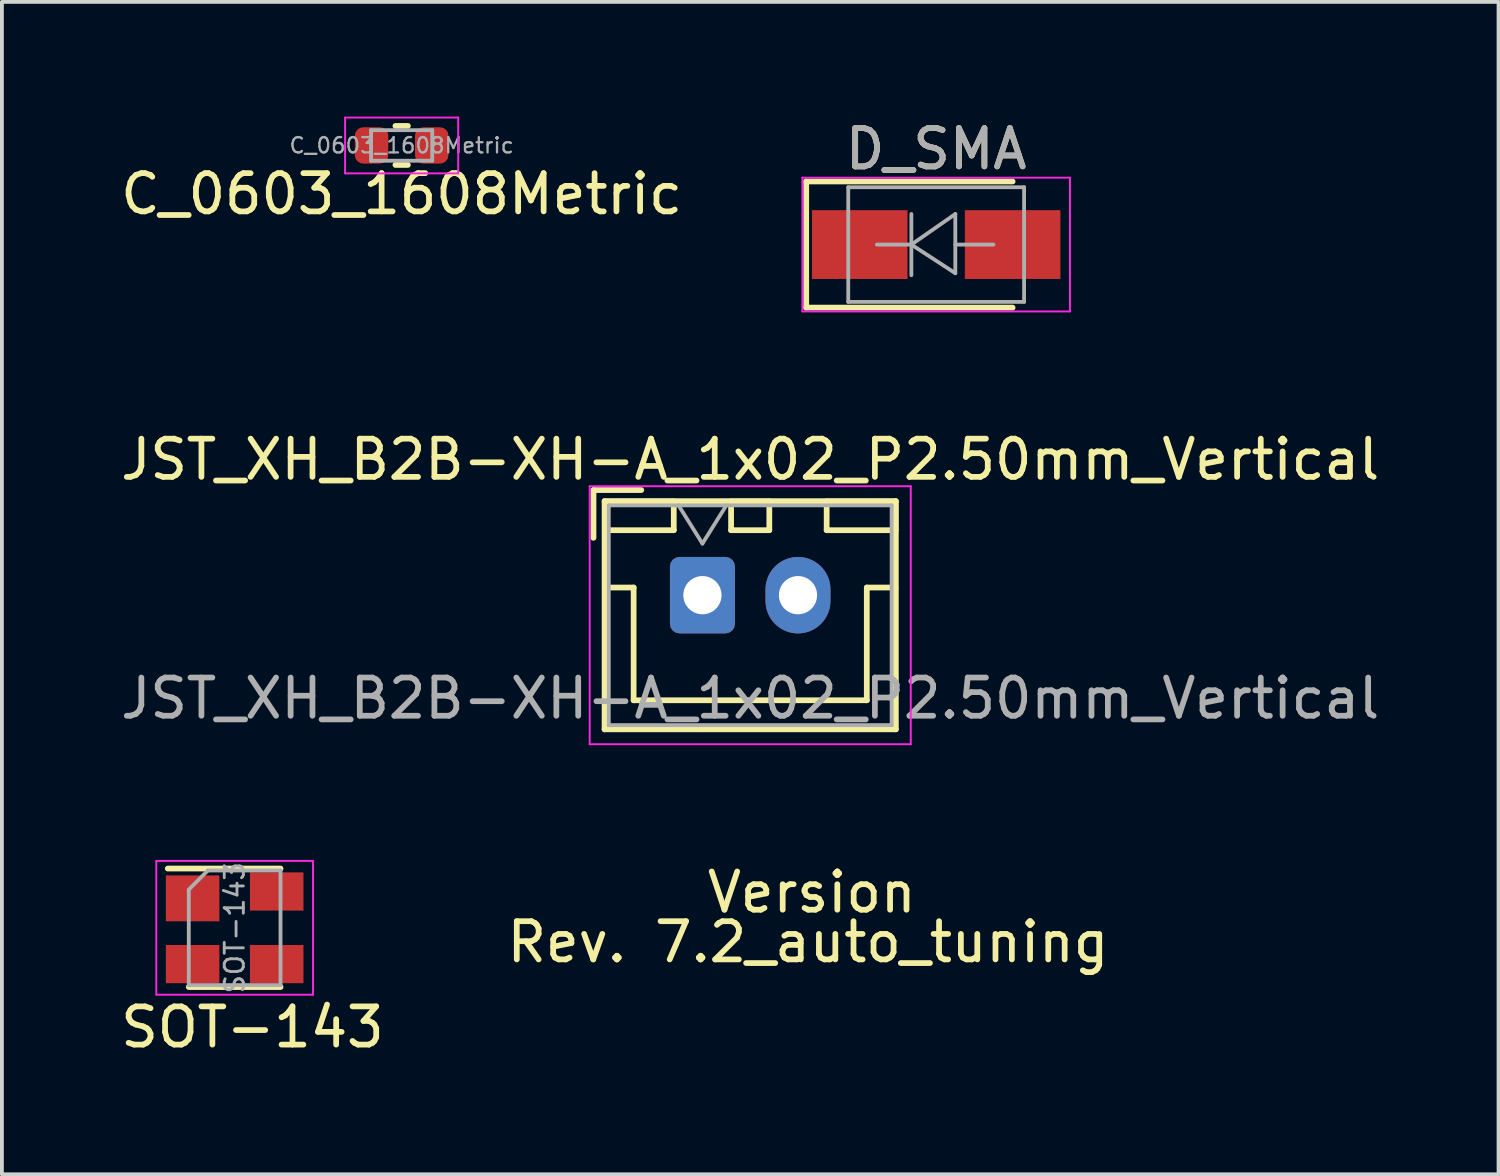
<source format=kicad_pcb>
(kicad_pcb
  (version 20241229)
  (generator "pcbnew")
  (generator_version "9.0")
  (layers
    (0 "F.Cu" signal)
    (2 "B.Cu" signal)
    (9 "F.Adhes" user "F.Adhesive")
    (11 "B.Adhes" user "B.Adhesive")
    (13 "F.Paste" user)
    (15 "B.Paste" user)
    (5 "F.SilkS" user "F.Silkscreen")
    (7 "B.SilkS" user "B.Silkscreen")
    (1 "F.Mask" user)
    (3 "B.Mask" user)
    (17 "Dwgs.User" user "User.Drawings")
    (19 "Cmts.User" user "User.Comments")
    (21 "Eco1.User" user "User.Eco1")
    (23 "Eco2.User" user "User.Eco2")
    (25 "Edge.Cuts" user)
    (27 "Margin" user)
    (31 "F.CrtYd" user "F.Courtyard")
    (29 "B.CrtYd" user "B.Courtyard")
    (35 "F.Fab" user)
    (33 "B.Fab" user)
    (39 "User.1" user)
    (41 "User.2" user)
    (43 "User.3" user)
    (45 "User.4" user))
  (footprint "SOT-143"
    (layer "F.Cu")
    (at 3.089 21.223)
    (property "Reference" "SOT-143" (at 0.465 2.601 180) (layer "F.SilkS") (effects (font (size 1 1) (thickness 0.15))))
    (attr smd)
    (fp_line (start -1.2 1.55) (end 1.2 1.55) (stroke (width 0.15) (type solid)) (layer "F.SilkS"))
    (fp_line (start 1.2 -1.55) (end -1.75 -1.55) (stroke (width 0.15) (type solid)) (layer "F.SilkS"))
    (fp_line (start -2.05 1.75) (end -2.05 -1.75) (stroke (width 0.05) (type solid)) (layer "F.CrtYd"))
    (fp_line (start -2.05 1.75) (end 2.05 1.75) (stroke (width 0.05) (type solid)) (layer "F.CrtYd"))
    (fp_line (start 2.05 -1.75) (end -2.05 -1.75) (stroke (width 0.05) (type solid)) (layer "F.CrtYd"))
    (fp_line (start 2.05 -1.75) (end 2.05 1.75) (stroke (width 0.05) (type solid)) (layer "F.CrtYd"))
    (fp_line (start -1.2 -1) (end -0.7 -1.5) (stroke (width 0.1) (type solid)) (layer "F.Fab"))
    (fp_line (start -1.2 1.5) (end -1.2 -1) (stroke (width 0.1) (type solid)) (layer "F.Fab"))
    (fp_line (start -0.7 -1.5) (end 1.2 -1.5) (stroke (width 0.1) (type solid)) (layer "F.Fab"))
    (fp_line (start 1.2 -1.5) (end 1.2 1.5) (stroke (width 0.1) (type solid)) (layer "F.Fab"))
    (fp_line (start 1.2 1.5) (end -1.2 1.5) (stroke (width 0.1) (type solid)) (layer "F.Fab"))
    (fp_text user "${REFERENCE}" (at 0 0 270) (layer "F.Fab") (effects (font (size 0.5 0.5) (thickness 0.075))))
    (pad "1" smd rect (at -1.1 -0.77 270) (size 1.2 1.4) (layers "F.Cu" "F.Mask" "F.Paste"))
    (pad "2" smd rect (at -1.1 0.95 270) (size 1 1.4) (layers "F.Cu" "F.Mask" "F.Paste"))
    (pad "3" smd rect (at 1.1 0.95 270) (size 1 1.4) (layers "F.Cu" "F.Mask" "F.Paste"))
    (pad "4" smd rect (at 1.1 -0.95 270) (size 1 1.4) (layers "F.Cu" "F.Mask" "F.Paste")))
  (footprint "Version"
    (layer "F.Cu")
    (at 18.189 19.795)
    (property "Reference" "Version" (at 0 0.5 0) (layer "F.SilkS") (effects (font (size 1 1) (thickness 0.15))))
    (attr through_hole)
    (fp_text user "Rev. 7.2_auto_tuning" (at -0.1 1.8 0) (layer "F.SilkS") (effects (font (size 1 1) (thickness 0.15)))))
  (footprint "C_0603_1608Metric"
    (layer "F.Cu")
    (at 7.458 0.755)
    (property "Reference" "C_0603_1608Metric" (at 0 1.27 0) (layer "F.SilkS") (effects (font (size 1 1) (thickness 0.15))))
    (attr smd)
    (fp_line (start -0.163 -0.51) (end 0.163 -0.51) (stroke (width 0.15) (type solid)) (layer "F.SilkS"))
    (fp_line (start -0.163 0.51) (end 0.163 0.51) (stroke (width 0.15) (type solid)) (layer "F.SilkS"))
    (fp_line (start -1.48 -0.73) (end 1.48 -0.73) (stroke (width 0.05) (type solid)) (layer "F.CrtYd"))
    (fp_line (start -1.48 0.73) (end -1.48 -0.73) (stroke (width 0.05) (type solid)) (layer "F.CrtYd"))
    (fp_line (start 1.48 -0.73) (end 1.48 0.73) (stroke (width 0.05) (type solid)) (layer "F.CrtYd"))
    (fp_line (start 1.48 0.73) (end -1.48 0.73) (stroke (width 0.05) (type solid)) (layer "F.CrtYd"))
    (fp_line (start -0.8 -0.4) (end 0.8 -0.4) (stroke (width 0.1) (type solid)) (layer "F.Fab"))
    (fp_line (start -0.8 0.4) (end -0.8 -0.4) (stroke (width 0.1) (type solid)) (layer "F.Fab"))
    (fp_line (start 0.8 -0.4) (end 0.8 0.4) (stroke (width 0.1) (type solid)) (layer "F.Fab"))
    (fp_line (start 0.8 0.4) (end -0.8 0.4) (stroke (width 0.1) (type solid)) (layer "F.Fab"))
    (fp_text user "${REFERENCE}" (at 0 0 0) (layer "F.Fab") (effects (font (size 0.4 0.4) (thickness 0.06))))
    (pad "1" smd roundrect (at -0.787 0) (size 0.875 0.95) (layers "F.Cu" "F.Mask" "F.Paste") (roundrect_rratio 0.25))
    (pad "2" smd roundrect (at 0.787 0) (size 0.875 0.95) (layers "F.Cu" "F.Mask" "F.Paste") (roundrect_rratio 0.25)))
  (footprint "JST_XH_B2B-XH-A_1x02_P2.50mm_Vertical"
    (layer "F.Cu")
    (at 15.327 12.521)
    (property "Reference" "JST_XH_B2B-XH-A_1x02_P2.50mm_Vertical" (at 1.25 -3.55 0) (layer "F.SilkS") (effects (font (size 1 1) (thickness 0.15))))
    (attr through_hole)
    (fp_line (start -2.85 -2.75) (end -2.85 -1.5) (stroke (width 0.15) (type solid)) (layer "F.SilkS"))
    (fp_line (start -2.56 -2.46) (end -2.56 3.51) (stroke (width 0.15) (type solid)) (layer "F.SilkS"))
    (fp_line (start -2.56 3.51) (end 5.06 3.51) (stroke (width 0.15) (type solid)) (layer "F.SilkS"))
    (fp_line (start -2.55 -2.45) (end -2.55 -1.7) (stroke (width 0.15) (type solid)) (layer "F.SilkS"))
    (fp_line (start -2.55 -1.7) (end -0.75 -1.7) (stroke (width 0.15) (type solid)) (layer "F.SilkS"))
    (fp_line (start -2.55 -0.2) (end -1.8 -0.2) (stroke (width 0.15) (type solid)) (layer "F.SilkS"))
    (fp_line (start -1.8 -0.2) (end -1.8 2.75) (stroke (width 0.15) (type solid)) (layer "F.SilkS"))
    (fp_line (start -1.8 2.75) (end 1.25 2.75) (stroke (width 0.15) (type solid)) (layer "F.SilkS"))
    (fp_line (start -1.6 -2.75) (end -2.85 -2.75) (stroke (width 0.15) (type solid)) (layer "F.SilkS"))
    (fp_line (start -0.75 -2.45) (end -2.55 -2.45) (stroke (width 0.15) (type solid)) (layer "F.SilkS"))
    (fp_line (start -0.75 -1.7) (end -0.75 -2.45) (stroke (width 0.15) (type solid)) (layer "F.SilkS"))
    (fp_line (start 0.75 -2.45) (end 0.75 -1.7) (stroke (width 0.15) (type solid)) (layer "F.SilkS"))
    (fp_line (start 0.75 -1.7) (end 1.75 -1.7) (stroke (width 0.15) (type solid)) (layer "F.SilkS"))
    (fp_line (start 1.75 -2.45) (end 0.75 -2.45) (stroke (width 0.15) (type solid)) (layer "F.SilkS"))
    (fp_line (start 1.75 -1.7) (end 1.75 -2.45) (stroke (width 0.15) (type solid)) (layer "F.SilkS"))
    (fp_line (start 3.25 -2.45) (end 3.25 -1.7) (stroke (width 0.15) (type solid)) (layer "F.SilkS"))
    (fp_line (start 3.25 -1.7) (end 5.05 -1.7) (stroke (width 0.15) (type solid)) (layer "F.SilkS"))
    (fp_line (start 4.3 -0.2) (end 4.3 2.75) (stroke (width 0.15) (type solid)) (layer "F.SilkS"))
    (fp_line (start 4.3 2.75) (end 1.25 2.75) (stroke (width 0.15) (type solid)) (layer "F.SilkS"))
    (fp_line (start 5.05 -2.45) (end 3.25 -2.45) (stroke (width 0.15) (type solid)) (layer "F.SilkS"))
    (fp_line (start 5.05 -1.7) (end 5.05 -2.45) (stroke (width 0.15) (type solid)) (layer "F.SilkS"))
    (fp_line (start 5.05 -0.2) (end 4.3 -0.2) (stroke (width 0.15) (type solid)) (layer "F.SilkS"))
    (fp_line (start 5.06 -2.46) (end -2.56 -2.46) (stroke (width 0.15) (type solid)) (layer "F.SilkS"))
    (fp_line (start 5.06 3.51) (end 5.06 -2.46) (stroke (width 0.15) (type solid)) (layer "F.SilkS"))
    (fp_line (start -2.95 -2.85) (end -2.95 3.9) (stroke (width 0.05) (type solid)) (layer "F.CrtYd"))
    (fp_line (start -2.95 3.9) (end 5.45 3.9) (stroke (width 0.05) (type solid)) (layer "F.CrtYd"))
    (fp_line (start 5.45 -2.85) (end -2.95 -2.85) (stroke (width 0.05) (type solid)) (layer "F.CrtYd"))
    (fp_line (start 5.45 3.9) (end 5.45 -2.85) (stroke (width 0.05) (type solid)) (layer "F.CrtYd"))
    (fp_line (start -2.45 -2.35) (end -2.45 3.4) (stroke (width 0.1) (type solid)) (layer "F.Fab"))
    (fp_line (start -2.45 3.4) (end 4.95 3.4) (stroke (width 0.1) (type solid)) (layer "F.Fab"))
    (fp_line (start -0.625 -2.35) (end 0 -1.35) (stroke (width 0.1) (type solid)) (layer "F.Fab"))
    (fp_line (start 0 -1.35) (end 0.625 -2.35) (stroke (width 0.1) (type solid)) (layer "F.Fab"))
    (fp_line (start 4.95 -2.35) (end -2.45 -2.35) (stroke (width 0.1) (type solid)) (layer "F.Fab"))
    (fp_line (start 4.95 3.4) (end 4.95 -2.35) (stroke (width 0.1) (type solid)) (layer "F.Fab"))
    (fp_text user "${REFERENCE}" (at 1.25 2.7 0) (layer "F.Fab") (effects (font (size 1 1) (thickness 0.15))))
    (pad "1" thru_hole roundrect (at 0 0) (size 1.7 2) (drill 1) (layers "*.Cu" "*.Mask") (roundrect_rratio 0.147))
    (pad "2" thru_hole oval (at 2.5 0) (size 1.7 2) (drill 1) (layers "*.Cu" "*.Mask")))
  (footprint "D_SMA"
    (layer "F.Cu")
    (at 21.442 3.348)
    (property "Reference" "D_SMA" (at 0 -2.5 0) (layer "F.SilkS") (effects (font (size 1 1) (thickness 0.15))))
    (attr smd)
    (fp_line (start -3.4 -1.65) (end -3.4 1.65) (stroke (width 0.15) (type solid)) (layer "F.SilkS"))
    (fp_line (start -3.4 -1.65) (end 2 -1.65) (stroke (width 0.15) (type solid)) (layer "F.SilkS"))
    (fp_line (start -3.4 1.65) (end 2 1.65) (stroke (width 0.15) (type solid)) (layer "F.SilkS"))
    (fp_line (start -3.5 -1.75) (end 3.5 -1.75) (stroke (width 0.05) (type solid)) (layer "F.CrtYd"))
    (fp_line (start -3.5 1.75) (end -3.5 -1.75) (stroke (width 0.05) (type solid)) (layer "F.CrtYd"))
    (fp_line (start 3.5 -1.75) (end 3.5 1.75) (stroke (width 0.05) (type solid)) (layer "F.CrtYd"))
    (fp_line (start 3.5 1.75) (end -3.5 1.75) (stroke (width 0.05) (type solid)) (layer "F.CrtYd"))
    (fp_line (start -2.3 1.5) (end -2.3 -1.5) (stroke (width 0.1) (type solid)) (layer "F.Fab"))
    (fp_line (start -0.649 -0.799) (end -0.649 0.801) (stroke (width 0.1) (type solid)) (layer "F.Fab"))
    (fp_line (start -0.649 0.001) (end -1.551 0.001) (stroke (width 0.1) (type solid)) (layer "F.Fab"))
    (fp_line (start -0.649 0.001) (end 0.501 -0.799) (stroke (width 0.1) (type solid)) (layer "F.Fab"))
    (fp_line (start -0.649 0.001) (end 0.501 0.75) (stroke (width 0.1) (type solid)) (layer "F.Fab"))
    (fp_line (start 0.501 0.001) (end 1.499 0.001) (stroke (width 0.1) (type solid)) (layer "F.Fab"))
    (fp_line (start 0.501 0.75) (end 0.501 -0.799) (stroke (width 0.1) (type solid)) (layer "F.Fab"))
    (fp_line (start 2.3 -1.5) (end -2.3 -1.5) (stroke (width 0.1) (type solid)) (layer "F.Fab"))
    (fp_line (start 2.3 -1.5) (end 2.3 1.5) (stroke (width 0.1) (type solid)) (layer "F.Fab"))
    (fp_line (start 2.3 1.5) (end -2.3 1.5) (stroke (width 0.1) (type solid)) (layer "F.Fab"))
    (fp_text user "${REFERENCE}" (at 0 -2.5 0) (layer "F.Fab") (effects (font (size 1 1) (thickness 0.15))))
    (pad "1" smd rect (at -2 0) (size 2.5 1.8) (layers "F.Cu" "F.Mask" "F.Paste"))
    (pad "2" smd rect (at 2 0) (size 2.5 1.8) (layers "F.Cu" "F.Mask" "F.Paste")))
  (gr_rect
    (start -3 -3)
    (end 36.155 27.673)
    (stroke (width 0.1) (type default))
    (fill no)
    (layer "Edge.Cuts")))
</source>
